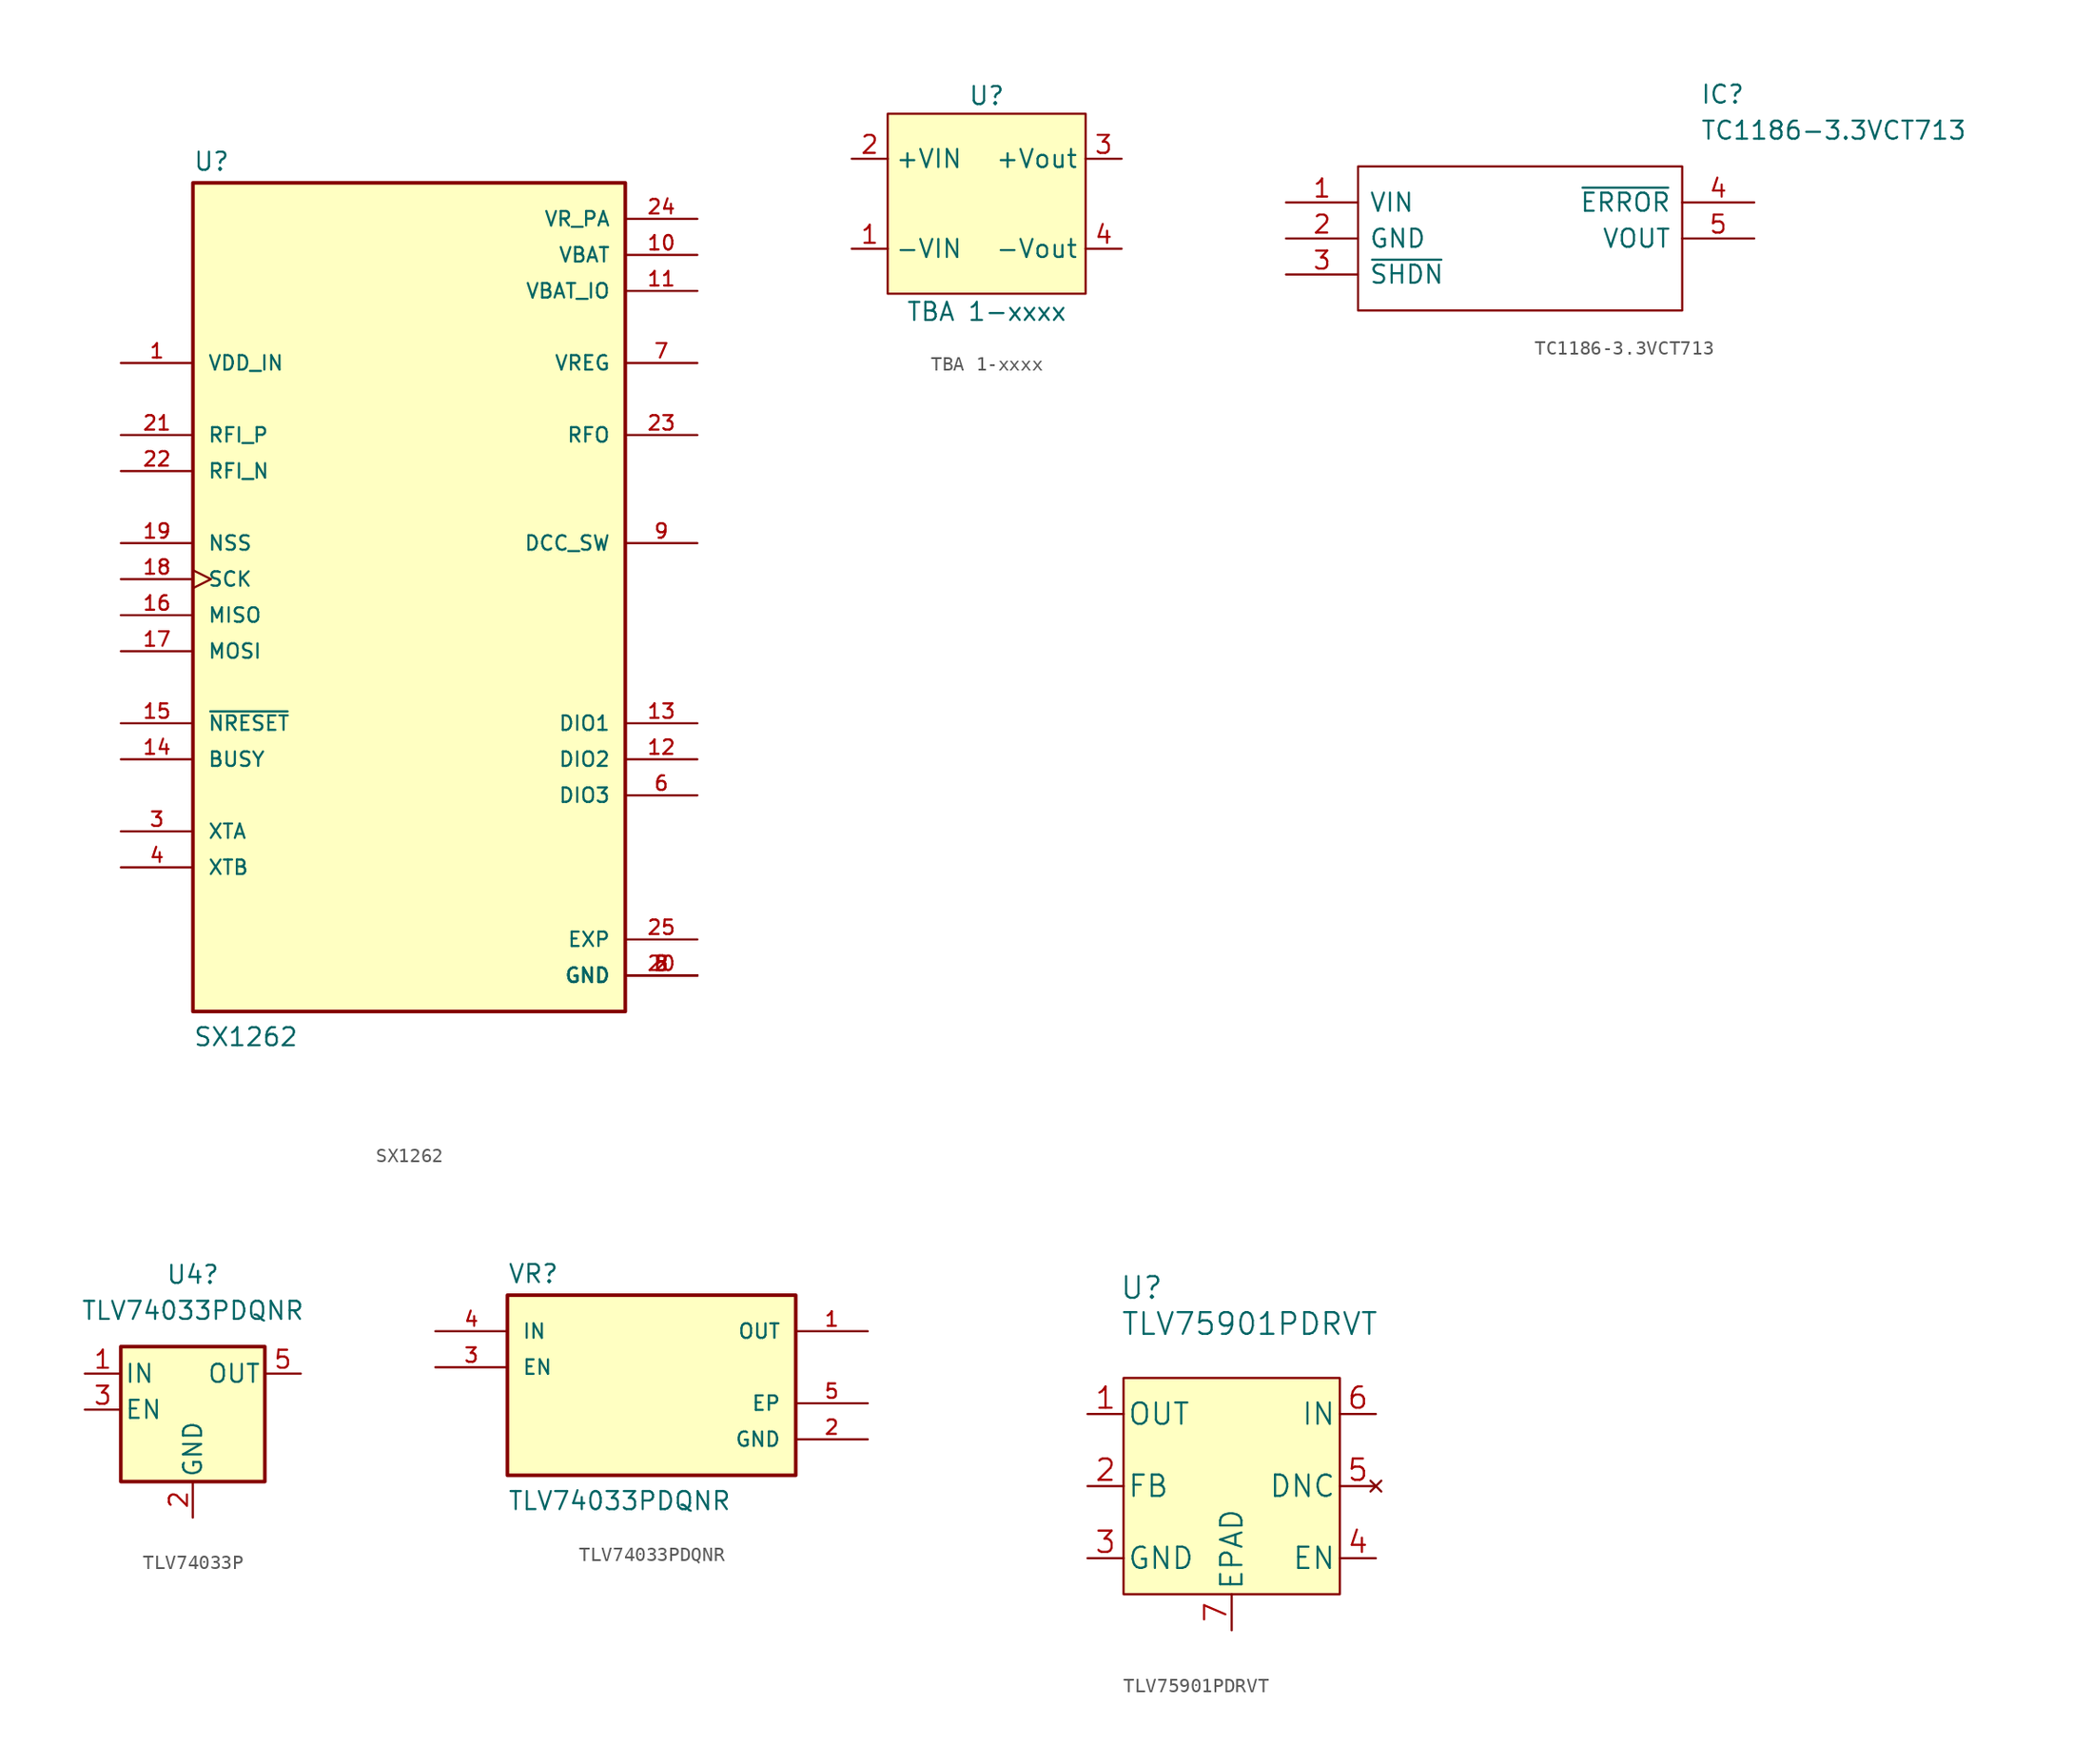
<source format=kicad_sym>
(kicad_symbol_lib
  (version 20220914)
  (generator kicad_symbol_editor)
  (symbol "SX1262"
    (pin_names
      (offset 1.016))
    (property "Reference" "U"
      (at -15.24 28.702 0)
      (effects (font (size 1.27 1.27)) (justify left bottom)))
    (property "Value" "SX1262"
      (at -15.24 -33.02 0)
      (effects (font (size 1.27 1.27)) (justify left bottom)))
    (property "ki_locked" ""
      (at 0 0 0)
      (effects (font (size 1.27 1.27))))
    (symbol "SX1262_0_0"
      (rectangle (start -15.24 -30.48) (end 15.24 27.94) (stroke (width 0.254) (type default)) (fill (type background)))
      (pin input line (at -20.32 15.24 0) (length 5.08) (name "VDD_IN" (effects (font (size 1.016 1.016)))) (number "1" (effects (font (size 1.016 1.016)))))
      (pin power_in line (at 20.32 22.86 180) (length 5.08) (name "VBAT" (effects (font (size 1.016 1.016)))) (number "10" (effects (font (size 1.016 1.016)))))
      (pin power_in line (at 20.32 20.32 180) (length 5.08) (name "VBAT_IO" (effects (font (size 1.016 1.016)))) (number "11" (effects (font (size 1.016 1.016)))))
      (pin bidirectional line (at 20.32 -12.7 180) (length 5.08) (name "DIO2" (effects (font (size 1.016 1.016)))) (number "12" (effects (font (size 1.016 1.016)))))
      (pin bidirectional line (at 20.32 -10.16 180) (length 5.08) (name "DIO1" (effects (font (size 1.016 1.016)))) (number "13" (effects (font (size 1.016 1.016)))))
      (pin bidirectional line (at -20.32 -12.7 0) (length 5.08) (name "BUSY" (effects (font (size 1.016 1.016)))) (number "14" (effects (font (size 1.016 1.016)))))
      (pin bidirectional line (at -20.32 -10.16 0) (length 5.08) (name "~{NRESET}" (effects (font (size 1.016 1.016)))) (number "15" (effects (font (size 1.016 1.016)))))
      (pin output line (at -20.32 -2.54 0) (length 5.08) (name "MISO" (effects (font (size 1.016 1.016)))) (number "16" (effects (font (size 1.016 1.016)))))
      (pin input line (at -20.32 -5.08 0) (length 5.08) (name "MOSI" (effects (font (size 1.016 1.016)))) (number "17" (effects (font (size 1.016 1.016)))))
      (pin input clock (at -20.32 0 0) (length 5.08) (name "SCK" (effects (font (size 1.016 1.016)))) (number "18" (effects (font (size 1.016 1.016)))))
      (pin input line (at -20.32 2.54 0) (length 5.08) (name "NSS" (effects (font (size 1.016 1.016)))) (number "19" (effects (font (size 1.016 1.016)))))
      (pin power_in line (at 20.32 -27.94 180) (length 5.08) (name "GND" (effects (font (size 1.016 1.016)))) (number "2" (effects (font (size 1.016 1.016)))))
      (pin power_in line (at 20.32 -27.94 180) (length 5.08) (name "GND" (effects (font (size 1.016 1.016)))) (number "20" (effects (font (size 1.016 1.016)))))
      (pin input line (at -20.32 10.16 0) (length 5.08) (name "RFI_P" (effects (font (size 1.016 1.016)))) (number "21" (effects (font (size 1.016 1.016)))))
      (pin input line (at -20.32 7.62 0) (length 5.08) (name "RFI_N" (effects (font (size 1.016 1.016)))) (number "22" (effects (font (size 1.016 1.016)))))
      (pin output line (at 20.32 10.16 180) (length 5.08) (name "RFO" (effects (font (size 1.016 1.016)))) (number "23" (effects (font (size 1.016 1.016)))))
      (pin power_in line (at 20.32 25.4 180) (length 5.08) (name "VR_PA" (effects (font (size 1.016 1.016)))) (number "24" (effects (font (size 1.016 1.016)))))
      (pin power_in line (at 20.32 -25.4 180) (length 5.08) (name "EXP" (effects (font (size 1.016 1.016)))) (number "25" (effects (font (size 1.016 1.016)))))
      (pin bidirectional line (at -20.32 -17.78 0) (length 5.08) (name "XTA" (effects (font (size 1.016 1.016)))) (number "3" (effects (font (size 1.016 1.016)))))
      (pin bidirectional line (at -20.32 -20.32 0) (length 5.08) (name "XTB" (effects (font (size 1.016 1.016)))) (number "4" (effects (font (size 1.016 1.016)))))
      (pin power_in line (at 20.32 -27.94 180) (length 5.08) (name "GND" (effects (font (size 1.016 1.016)))) (number "5" (effects (font (size 1.016 1.016)))))
      (pin bidirectional line (at 20.32 -15.24 180) (length 5.08) (name "DIO3" (effects (font (size 1.016 1.016)))) (number "6" (effects (font (size 1.016 1.016)))))
      (pin output line (at 20.32 15.24 180) (length 5.08) (name "VREG" (effects (font (size 1.016 1.016)))) (number "7" (effects (font (size 1.016 1.016)))))
      (pin power_in line (at 20.32 -27.94 180) (length 5.08) (name "GND" (effects (font (size 1.016 1.016)))) (number "8" (effects (font (size 1.016 1.016)))))
      (pin output line (at 20.32 2.54 180) (length 5.08) (name "DCC_SW" (effects (font (size 1.016 1.016)))) (number "9" (effects (font (size 1.016 1.016)))))))
  (symbol "TBA 1-xxxx"
    (property "Reference" "U"
      (at 0 7.62 0)
      (effects (font (size 1.27 1.27))))
    (property "Value" "TBA 1-xxxx"
      (at 0 -7.62 0)
      (effects (font (size 1.27 1.27))))
    (symbol "TBA 1-xxxx_0_1"
      (rectangle (start -6.985 6.35) (end 6.985 -6.35) (stroke (width 0) (type default)) (fill (type background))))
    (symbol "TBA 1-xxxx_1_1"
      (pin power_in line (at -9.525 -3.175 0) (length 2.54) (name "-VIN" (effects (font (size 1.27 1.27)))) (number "1" (effects (font (size 1.27 1.27)))))
      (pin power_in line (at -9.525 3.175 0) (length 2.54) (name "+VIN" (effects (font (size 1.27 1.27)))) (number "2" (effects (font (size 1.27 1.27)))))
      (pin power_out line (at 9.525 3.175 180) (length 2.54) (name "+Vout" (effects (font (size 1.27 1.27)))) (number "3" (effects (font (size 1.27 1.27)))))
      (pin power_out line (at 9.525 -3.175 180) (length 2.54) (name "-Vout" (effects (font (size 1.27 1.27)))) (number "4" (effects (font (size 1.27 1.27)))))))
  (symbol "TC1186-3.3VCT713"
    (pin_names
      (offset 0.762))
    (property "Reference" "IC"
      (at 29.21 7.62 0)
      (effects (font (size 1.27 1.27)) (justify left)))
    (property "Value" "TC1186-3.3VCT713"
      (at 29.21 5.08 0)
      (effects (font (size 1.27 1.27)) (justify left)))
    (symbol "TC1186-3.3VCT713_0_0"
      (pin passive line (at 0 0 0) (length 5.08) (name "VIN" (effects (font (size 1.27 1.27)))) (number "1" (effects (font (size 1.27 1.27)))))
      (pin passive line (at 0 -2.54 0) (length 5.08) (name "GND" (effects (font (size 1.27 1.27)))) (number "2" (effects (font (size 1.27 1.27)))))
      (pin passive line (at 0 -5.08 0) (length 5.08) (name "~{SHDN}" (effects (font (size 1.27 1.27)))) (number "3" (effects (font (size 1.27 1.27)))))
      (pin passive line (at 33.02 0 180) (length 5.08) (name "~{ERROR}" (effects (font (size 1.27 1.27)))) (number "4" (effects (font (size 1.27 1.27)))))
      (pin passive line (at 33.02 -2.54 180) (length 5.08) (name "VOUT" (effects (font (size 1.27 1.27)))) (number "5" (effects (font (size 1.27 1.27))))))
    (symbol "TC1186-3.3VCT713_0_1"
      (polyline (pts (xy 5.08 2.54) (xy 27.94 2.54) (xy 27.94 -7.62) (xy 5.08 -7.62) (xy 5.08 2.54)) (stroke (width 0.152) (type default)) (fill (type none)))))
  (symbol "TLV74033P"
    (pin_names
      (offset 0.254))
    (property "Reference" "U4"
      (at 0 9.525 0)
      (effects (font (size 1.27 1.27))))
    (property "Value" "TLV74033PDQNR"
      (at 0 6.985 0)
      (effects (font (size 1.27 1.27))))
    (symbol "TLV74033P_0_1"
      (rectangle (start -5.08 4.445) (end 5.08 -5.08) (stroke (width 0.254) (type default)) (fill (type background))))
    (symbol "TLV74033P_1_1"
      (pin power_in line (at -7.62 2.54 0) (length 2.54) (name "IN" (effects (font (size 1.27 1.27)))) (number "1" (effects (font (size 1.27 1.27)))))
      (pin power_in line (at 0 -7.62 90) (length 2.54) (name "GND" (effects (font (size 1.27 1.27)))) (number "2" (effects (font (size 1.27 1.27)))))
      (pin input line (at -7.62 0 0) (length 2.54) (name "EN" (effects (font (size 1.27 1.27)))) (number "3" (effects (font (size 1.27 1.27)))))
      (pin no_connect line (at 5.08 0 180) (length 2.54) hide (name "NC" (effects (font (size 1.27 1.27)))) (number "4" (effects (font (size 1.27 1.27)))))
      (pin power_out line (at 7.62 2.54 180) (length 2.54) (name "OUT" (effects (font (size 1.27 1.27)))) (number "5" (effects (font (size 1.27 1.27)))))))
  (symbol "TLV74033PDQNR"
    (pin_names
      (offset 1.016))
    (property "Reference" "VR"
      (at -10.16 5.842 0)
      (effects (font (size 1.27 1.27)) (justify left bottom)))
    (property "Value" "TLV74033PDQNR"
      (at -10.16 -10.16 0)
      (effects (font (size 1.27 1.27)) (justify left bottom)))
    (property "ki_locked" ""
      (at 0 0 0)
      (effects (font (size 1.27 1.27))))
    (symbol "TLV74033PDQNR_0_0"
      (rectangle (start -10.16 -7.62) (end 10.16 5.08) (stroke (width 0.254) (type default)) (fill (type background)))
      (pin output line (at 15.24 2.54 180) (length 5.08) (name "OUT" (effects (font (size 1.016 1.016)))) (number "1" (effects (font (size 1.016 1.016)))))
      (pin power_in line (at 15.24 -5.08 180) (length 5.08) (name "GND" (effects (font (size 1.016 1.016)))) (number "2" (effects (font (size 1.016 1.016)))))
      (pin input line (at -15.24 0 0) (length 5.08) (name "EN" (effects (font (size 1.016 1.016)))) (number "3" (effects (font (size 1.016 1.016)))))
      (pin input line (at -15.24 2.54 0) (length 5.08) (name "IN" (effects (font (size 1.016 1.016)))) (number "4" (effects (font (size 1.016 1.016)))))
      (pin passive line (at 15.24 -2.54 180) (length 5.08) (name "EP" (effects (font (size 1.016 1.016)))) (number "5" (effects (font (size 1.016 1.016)))))))
  (symbol "TLV75901PDRVT"
    (pin_names
      (offset 0.254))
    (property "Reference" "U"
      (at -6.35 13.97 0)
      (effects (font (size 1.524 1.524))))
    (property "Value" "TLV75901PDRVT"
      (at 1.27 11.43 0)
      (effects (font (size 1.524 1.524))))
    (property "Datasheet" ""
      (at -15.24 10.16 0)
      (effects (font (size 1.524 1.524))))
    (property "ki_locked" ""
      (at 0 0 0)
      (effects (font (size 1.27 1.27))))
    (symbol "TLV75901PDRVT_1_1"
      (rectangle (start -7.62 -7.62) (end 7.62 7.62) (stroke (width 0) (type default)) (fill (type background)))
      (pin power_out line (at -10.16 5.08 0) (length 2.54) (name "OUT" (effects (font (size 1.499 1.499)))) (number "1" (effects (font (size 1.499 1.499)))))
      (pin input line (at -10.16 0 0) (length 2.54) (name "FB" (effects (font (size 1.499 1.499)))) (number "2" (effects (font (size 1.499 1.499)))))
      (pin power_in line (at -10.16 -5.08 0) (length 2.54) (name "GND" (effects (font (size 1.499 1.499)))) (number "3" (effects (font (size 1.499 1.499)))))
      (pin input line (at 10.16 -5.08 180) (length 2.54) (name "EN" (effects (font (size 1.499 1.499)))) (number "4" (effects (font (size 1.499 1.499)))))
      (pin no_connect line (at 10.16 0 180) (length 2.54) (name "DNC" (effects (font (size 1.499 1.499)))) (number "5" (effects (font (size 1.499 1.499)))))
      (pin power_in line (at 10.16 5.08 180) (length 2.54) (name "IN" (effects (font (size 1.499 1.499)))) (number "6" (effects (font (size 1.499 1.499)))))
      (pin passive line (at 0 -10.16 90) (length 2.54) (name "EPAD" (effects (font (size 1.499 1.499)))) (number "7" (effects (font (size 1.499 1.499))))))))
</source>
